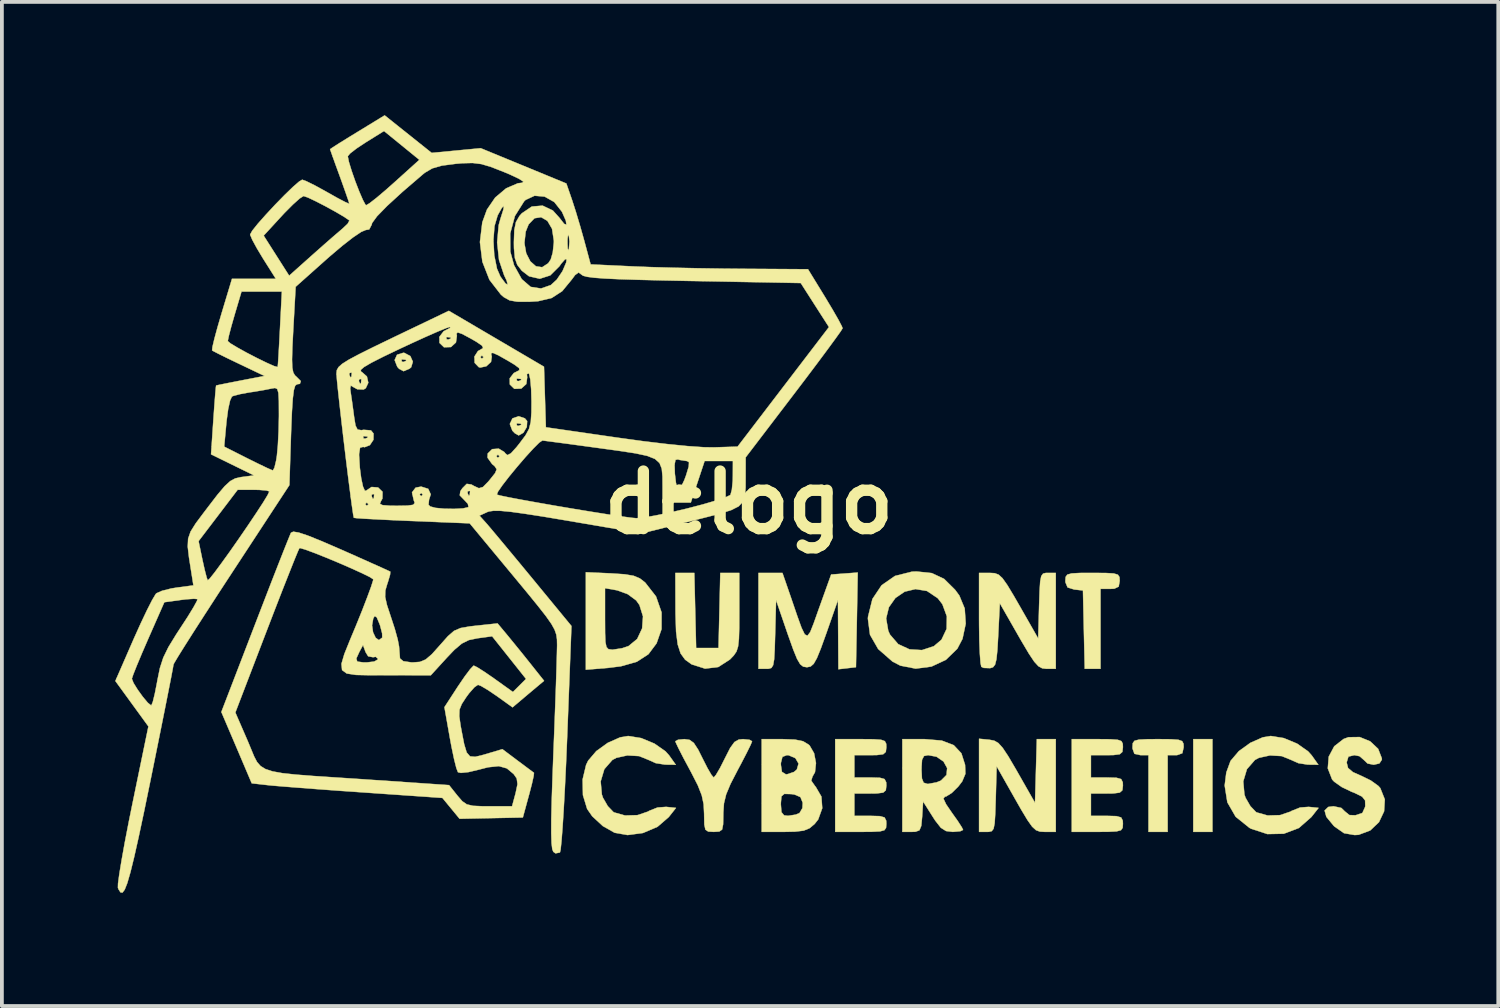
<source format=kicad_pcb>
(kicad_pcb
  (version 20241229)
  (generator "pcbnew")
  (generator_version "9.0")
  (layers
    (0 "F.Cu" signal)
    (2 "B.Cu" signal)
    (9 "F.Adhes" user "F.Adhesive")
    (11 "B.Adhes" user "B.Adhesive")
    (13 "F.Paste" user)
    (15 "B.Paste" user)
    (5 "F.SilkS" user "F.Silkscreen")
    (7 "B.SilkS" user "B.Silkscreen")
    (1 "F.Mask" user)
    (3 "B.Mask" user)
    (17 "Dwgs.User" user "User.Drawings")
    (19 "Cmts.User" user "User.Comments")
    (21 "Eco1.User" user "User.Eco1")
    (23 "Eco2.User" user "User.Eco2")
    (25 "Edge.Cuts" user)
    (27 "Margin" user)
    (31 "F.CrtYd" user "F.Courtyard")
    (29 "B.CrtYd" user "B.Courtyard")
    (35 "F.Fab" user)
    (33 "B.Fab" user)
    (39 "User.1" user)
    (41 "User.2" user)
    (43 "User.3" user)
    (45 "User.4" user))
  (footprint "dclogo"
    (layer "F.Cu")
    (at 16.783 10.26)
    (property "Reference" "dclogo" (at 0 0 0) (layer "F.SilkS") (effects (font (size 1.524 1.524) (thickness 0.3))))
    (attr through_hole)
    (fp_poly (pts (xy 12.277 8.721) (xy 11.769 8.721) (xy 11.769 6.265) (xy 12.277 6.265) (xy 12.277 8.721)) (stroke (width 0.01) (type solid)) (fill yes) (layer "F.SilkS"))
    (fp_poly (pts (xy -9.124 -3.964) (xy -8.966 -3.88) (xy -8.899 -3.731) (xy -8.944 -3.583) (xy -8.988 -3.546) (xy -9.144 -3.479) (xy -9.263 -3.542) (xy -9.312 -3.597) (xy -9.381 -3.773) (xy -9.378 -3.782) (xy -9.2 -3.782) (xy -9.189 -3.731) (xy -9.144 -3.725) (xy -9.074 -3.756) (xy -9.088 -3.782) (xy -9.188 -3.792) (xy -9.2 -3.782) (xy -9.378 -3.782) (xy -9.318 -3.915) (xy -9.151 -3.967) (xy -9.124 -3.964)) (stroke (width 0.01) (type solid)) (fill yes) (layer "F.SilkS"))
    (fp_poly (pts (xy -5.932 -2.231) (xy -5.872 -2.158) (xy -5.881 -2.003) (xy -5.972 -1.849) (xy -6.096 -1.778) (xy -6.096 -1.778) (xy -6.197 -1.835) (xy -6.264 -1.904) (xy -6.331 -2.081) (xy -6.328 -2.088) (xy -6.152 -2.088) (xy -6.141 -2.038) (xy -6.096 -2.032) (xy -6.026 -2.063) (xy -6.04 -2.088) (xy -6.14 -2.099) (xy -6.152 -2.088) (xy -6.328 -2.088) (xy -6.262 -2.229) (xy -6.096 -2.286) (xy -5.932 -2.231)) (stroke (width 0.01) (type solid)) (fill yes) (layer "F.SilkS"))
    (fp_poly (pts (xy 11.173 6.268) (xy 11.374 6.282) (xy 11.475 6.318) (xy 11.511 6.388) (xy 11.515 6.477) (xy 11.48 6.638) (xy 11.342 6.688) (xy 11.303 6.689) (xy 11.091 6.689) (xy 11.091 8.721) (xy 10.583 8.721) (xy 10.583 6.689) (xy 10.372 6.689) (xy 10.211 6.654) (xy 10.161 6.516) (xy 10.16 6.477) (xy 10.167 6.372) (xy 10.212 6.309) (xy 10.329 6.278) (xy 10.552 6.267) (xy 10.837 6.265) (xy 11.173 6.268)) (stroke (width 0.01) (type solid)) (fill yes) (layer "F.SilkS"))
    (fp_poly (pts (xy 9.45 1.865) (xy 9.663 1.877) (xy 9.773 1.91) (xy 9.815 1.973) (xy 9.821 2.074) (xy 9.794 2.226) (xy 9.678 2.281) (xy 9.567 2.286) (xy 9.313 2.286) (xy 9.313 4.403) (xy 8.895 4.403) (xy 8.871 3.365) (xy 8.848 2.328) (xy 8.615 2.302) (xy 8.44 2.247) (xy 8.383 2.109) (xy 8.382 2.069) (xy 8.389 1.969) (xy 8.433 1.908) (xy 8.548 1.876) (xy 8.766 1.864) (xy 9.102 1.863) (xy 9.45 1.865)) (stroke (width 0.01) (type solid)) (fill yes) (layer "F.SilkS"))
    (fp_poly (pts (xy -1.421 2.857) (xy -1.397 3.852) (xy -0.804 3.852) (xy -0.78 2.857) (xy -0.757 1.863) (xy -0.254 1.863) (xy -0.254 2.885) (xy -0.255 3.316) (xy -0.264 3.613) (xy -0.286 3.811) (xy -0.328 3.944) (xy -0.399 4.048) (xy -0.501 4.155) (xy -0.81 4.355) (xy -1.16 4.398) (xy -1.515 4.285) (xy -1.688 4.161) (xy -1.808 3.996) (xy -1.885 3.758) (xy -1.928 3.419) (xy -1.943 2.948) (xy -1.944 2.815) (xy -1.947 1.863) (xy -1.445 1.863) (xy -1.421 2.857)) (stroke (width 0.01) (type solid)) (fill yes) (layer "F.SilkS"))
    (fp_poly (pts (xy 6.369 6.281) (xy 6.496 6.305) (xy 6.606 6.368) (xy 6.721 6.495) (xy 6.866 6.713) (xy 7.063 7.048) (xy 7.11 7.13) (xy 7.578 7.952) (xy 7.602 7.109) (xy 7.626 6.265) (xy 8.128 6.265) (xy 8.128 8.721) (xy 7.836 8.721) (xy 7.708 8.714) (xy 7.604 8.676) (xy 7.502 8.583) (xy 7.379 8.41) (xy 7.212 8.132) (xy 7.053 7.853) (xy 6.562 6.985) (xy 6.538 7.853) (xy 6.525 8.243) (xy 6.509 8.494) (xy 6.481 8.637) (xy 6.432 8.702) (xy 6.356 8.72) (xy 6.305 8.721) (xy 6.096 8.721) (xy 6.096 6.255) (xy 6.369 6.281)) (stroke (width 0.01) (type solid)) (fill yes) (layer "F.SilkS"))
    (fp_poly (pts (xy 3.299 6.268) (xy 3.5 6.282) (xy 3.601 6.318) (xy 3.637 6.388) (xy 3.641 6.477) (xy 3.627 6.603) (xy 3.557 6.665) (xy 3.387 6.687) (xy 3.217 6.689) (xy 2.794 6.689) (xy 2.794 7.281) (xy 3.217 7.281) (xy 3.469 7.288) (xy 3.594 7.323) (xy 3.637 7.408) (xy 3.641 7.493) (xy 3.627 7.619) (xy 3.557 7.681) (xy 3.387 7.703) (xy 3.217 7.705) (xy 2.794 7.705) (xy 2.794 8.297) (xy 3.217 8.297) (xy 3.469 8.304) (xy 3.594 8.339) (xy 3.637 8.424) (xy 3.641 8.509) (xy 3.633 8.614) (xy 3.589 8.677) (xy 3.472 8.708) (xy 3.249 8.719) (xy 2.963 8.721) (xy 2.286 8.721) (xy 2.286 6.265) (xy 2.963 6.265) (xy 3.299 6.268)) (stroke (width 0.01) (type solid)) (fill yes) (layer "F.SilkS"))
    (fp_poly (pts (xy 9.565 6.268) (xy 9.766 6.282) (xy 9.867 6.318) (xy 9.902 6.388) (xy 9.906 6.477) (xy 9.892 6.603) (xy 9.822 6.665) (xy 9.653 6.687) (xy 9.483 6.689) (xy 9.059 6.689) (xy 9.059 7.281) (xy 9.483 7.281) (xy 9.734 7.288) (xy 9.859 7.323) (xy 9.902 7.408) (xy 9.906 7.493) (xy 9.892 7.619) (xy 9.822 7.681) (xy 9.653 7.703) (xy 9.483 7.705) (xy 9.059 7.705) (xy 9.059 8.297) (xy 9.483 8.297) (xy 9.734 8.304) (xy 9.859 8.339) (xy 9.902 8.424) (xy 9.906 8.509) (xy 9.899 8.614) (xy 9.854 8.677) (xy 9.737 8.708) (xy 9.514 8.719) (xy 9.229 8.721) (xy 8.551 8.721) (xy 8.551 6.265) (xy 9.229 6.265) (xy 9.565 6.268)) (stroke (width 0.01) (type solid)) (fill yes) (layer "F.SilkS"))
    (fp_poly (pts (xy -3.647 1.875) (xy -3.289 1.899) (xy -3.052 1.939) (xy -2.886 2.009) (xy -2.747 2.117) (xy -2.459 2.486) (xy -2.312 2.909) (xy -2.313 3.351) (xy -2.444 3.727) (xy -2.661 4.017) (xy -2.968 4.216) (xy -3.39 4.336) (xy -3.72 4.377) (xy -4.318 4.427) (xy -4.318 3.081) (xy -3.81 3.081) (xy -3.808 3.456) (xy -3.799 3.694) (xy -3.772 3.825) (xy -3.721 3.881) (xy -3.638 3.894) (xy -3.602 3.895) (xy -3.359 3.858) (xy -3.188 3.801) (xy -2.958 3.612) (xy -2.827 3.332) (xy -2.804 3.015) (xy -2.898 2.713) (xy -2.985 2.591) (xy -3.21 2.425) (xy -3.488 2.324) (xy -3.493 2.323) (xy -3.81 2.267) (xy -3.81 3.081) (xy -4.318 3.081) (xy -4.318 1.845) (xy -3.647 1.875)) (stroke (width 0.01) (type solid)) (fill yes) (layer "F.SilkS"))
    (fp_poly (pts (xy 6.51 1.87) (xy 6.614 1.909) (xy 6.717 2.004) (xy 6.842 2.18) (xy 7.012 2.462) (xy 7.167 2.731) (xy 7.662 3.598) (xy 7.686 2.731) (xy 7.699 2.341) (xy 7.715 2.089) (xy 7.743 1.947) (xy 7.792 1.881) (xy 7.868 1.863) (xy 7.919 1.863) (xy 8.128 1.863) (xy 8.128 4.403) (xy 7.883 4.403) (xy 7.771 4.39) (xy 7.669 4.335) (xy 7.558 4.214) (xy 7.416 4.001) (xy 7.221 3.672) (xy 7.142 3.535) (xy 6.646 2.667) (xy 6.604 3.514) (xy 6.582 3.901) (xy 6.556 4.15) (xy 6.52 4.293) (xy 6.466 4.361) (xy 6.389 4.385) (xy 6.221 4.379) (xy 6.156 4.35) (xy 6.135 4.248) (xy 6.117 4.008) (xy 6.103 3.664) (xy 6.097 3.245) (xy 6.096 3.076) (xy 6.096 1.863) (xy 6.383 1.863) (xy 6.51 1.87)) (stroke (width 0.01) (type solid)) (fill yes) (layer "F.SilkS"))
    (fp_poly (pts (xy -2.853 6.237) (xy -2.499 6.384) (xy -2.207 6.589) (xy -2.11 6.698) (xy -1.936 6.943) (xy -2.217 6.94) (xy -2.466 6.901) (xy -2.662 6.813) (xy -2.907 6.714) (xy -3.217 6.696) (xy -3.51 6.76) (xy -3.615 6.816) (xy -3.828 7.06) (xy -3.925 7.384) (xy -3.894 7.731) (xy -3.864 7.818) (xy -3.737 8.039) (xy -3.589 8.194) (xy -3.569 8.206) (xy -3.281 8.287) (xy -2.951 8.278) (xy -2.67 8.183) (xy -2.643 8.165) (xy -2.42 8.076) (xy -2.192 8.059) (xy -1.93 8.086) (xy -2.122 8.329) (xy -2.421 8.587) (xy -2.805 8.751) (xy -3.215 8.805) (xy -3.556 8.744) (xy -3.87 8.566) (xy -4.15 8.306) (xy -4.284 8.112) (xy -4.395 7.747) (xy -4.403 7.332) (xy -4.311 6.947) (xy -4.257 6.836) (xy -4.041 6.582) (xy -3.737 6.363) (xy -3.41 6.218) (xy -3.198 6.182) (xy -2.853 6.237)) (stroke (width 0.01) (type solid)) (fill yes) (layer "F.SilkS"))
    (fp_poly (pts (xy 2.86 3.107) (xy 2.836 4.36) (xy 2.603 4.387) (xy 2.371 4.414) (xy 2.359 2.582) (xy 2.048 3.471) (xy 1.907 3.862) (xy 1.802 4.119) (xy 1.717 4.27) (xy 1.636 4.341) (xy 1.544 4.36) (xy 1.533 4.36) (xy 1.439 4.345) (xy 1.359 4.281) (xy 1.276 4.14) (xy 1.176 3.895) (xy 1.042 3.519) (xy 1.025 3.471) (xy 0.72 2.582) (xy 0.696 3.493) (xy 0.684 3.894) (xy 0.669 4.155) (xy 0.642 4.307) (xy 0.597 4.379) (xy 0.526 4.401) (xy 0.463 4.403) (xy 0.254 4.403) (xy 0.254 1.863) (xy 0.572 1.863) (xy 0.889 1.863) (xy 1.116 2.519) (xy 1.278 2.993) (xy 1.394 3.315) (xy 1.48 3.491) (xy 1.551 3.527) (xy 1.625 3.429) (xy 1.715 3.202) (xy 1.839 2.853) (xy 1.86 2.794) (xy 2.179 1.905) (xy 2.531 1.879) (xy 2.883 1.853) (xy 2.86 3.107)) (stroke (width 0.01) (type solid)) (fill yes) (layer "F.SilkS"))
    (fp_poly (pts (xy 4.844 1.868) (xy 5.17 2.021) (xy 5.46 2.308) (xy 5.574 2.463) (xy 5.716 2.805) (xy 5.743 3.207) (xy 5.658 3.608) (xy 5.52 3.871) (xy 5.217 4.165) (xy 4.835 4.343) (xy 4.418 4.398) (xy 4.013 4.319) (xy 3.803 4.21) (xy 3.424 3.878) (xy 3.208 3.501) (xy 3.152 3.075) (xy 3.152 3.068) (xy 3.635 3.068) (xy 3.692 3.398) (xy 3.738 3.498) (xy 3.955 3.749) (xy 4.254 3.887) (xy 4.584 3.907) (xy 4.898 3.804) (xy 5.101 3.632) (xy 5.237 3.345) (xy 5.243 3.013) (xy 5.125 2.692) (xy 5.002 2.533) (xy 4.715 2.341) (xy 4.413 2.291) (xy 4.125 2.36) (xy 3.881 2.527) (xy 3.708 2.771) (xy 3.635 3.068) (xy 3.152 3.068) (xy 3.156 3.021) (xy 3.272 2.553) (xy 3.516 2.189) (xy 3.87 1.943) (xy 4.319 1.83) (xy 4.439 1.825) (xy 4.844 1.868)) (stroke (width 0.01) (type solid)) (fill yes) (layer "F.SilkS"))
    (fp_poly (pts (xy 14.165 6.237) (xy 14.519 6.384) (xy 14.811 6.589) (xy 14.908 6.698) (xy 15.082 6.943) (xy 14.801 6.94) (xy 14.552 6.901) (xy 14.356 6.813) (xy 14.111 6.714) (xy 13.801 6.696) (xy 13.508 6.76) (xy 13.403 6.816) (xy 13.19 7.06) (xy 13.093 7.384) (xy 13.124 7.731) (xy 13.154 7.818) (xy 13.281 8.039) (xy 13.429 8.194) (xy 13.449 8.206) (xy 13.737 8.287) (xy 14.067 8.278) (xy 14.348 8.183) (xy 14.375 8.165) (xy 14.598 8.076) (xy 14.826 8.059) (xy 15.088 8.086) (xy 14.896 8.329) (xy 14.567 8.618) (xy 14.167 8.77) (xy 13.733 8.779) (xy 13.301 8.638) (xy 13.255 8.613) (xy 12.892 8.321) (xy 12.672 7.939) (xy 12.601 7.493) (xy 12.644 7.149) (xy 12.754 6.848) (xy 12.761 6.836) (xy 12.977 6.582) (xy 13.281 6.363) (xy 13.608 6.218) (xy 13.82 6.182) (xy 14.165 6.237)) (stroke (width 0.01) (type solid)) (fill yes) (layer "F.SilkS"))
    (fp_poly (pts (xy 0.018 6.283) (xy 0.085 6.322) (xy 0.047 6.416) (xy -0.055 6.623) (xy -0.202 6.907) (xy -0.296 7.083) (xy -0.486 7.451) (xy -0.602 7.728) (xy -0.66 7.966) (xy -0.677 8.218) (xy -0.677 8.254) (xy -0.682 8.521) (xy -0.709 8.66) (xy -0.784 8.712) (xy -0.927 8.721) (xy -0.931 8.721) (xy -1.076 8.713) (xy -1.151 8.663) (xy -1.18 8.529) (xy -1.185 8.269) (xy -1.185 8.247) (xy -1.198 7.988) (xy -1.248 7.753) (xy -1.352 7.489) (xy -1.528 7.145) (xy -1.566 7.074) (xy -1.732 6.765) (xy -1.861 6.513) (xy -1.936 6.355) (xy -1.947 6.32) (xy -1.874 6.281) (xy -1.709 6.265) (xy -1.57 6.285) (xy -1.459 6.365) (xy -1.344 6.541) (xy -1.228 6.773) (xy -1.097 7.031) (xy -0.991 7.213) (xy -0.931 7.281) (xy -0.871 7.211) (xy -0.763 7.027) (xy -0.635 6.773) (xy -0.494 6.496) (xy -0.382 6.342) (xy -0.268 6.277) (xy -0.154 6.265) (xy 0.018 6.283)) (stroke (width 0.01) (type solid)) (fill yes) (layer "F.SilkS"))
    (fp_poly (pts (xy 5.107 6.303) (xy 5.426 6.425) (xy 5.628 6.64) (xy 5.726 6.947) (xy 5.734 7.184) (xy 5.65 7.384) (xy 5.547 7.519) (xy 5.375 7.689) (xy 5.225 7.783) (xy 5.192 7.789) (xy 5.152 7.838) (xy 5.223 7.989) (xy 5.369 8.203) (xy 5.53 8.43) (xy 5.64 8.6) (xy 5.673 8.669) (xy 5.599 8.704) (xy 5.418 8.72) (xy 5.397 8.721) (xy 5.222 8.699) (xy 5.084 8.612) (xy 4.936 8.423) (xy 4.868 8.318) (xy 4.614 7.916) (xy 4.589 8.319) (xy 4.566 8.561) (xy 4.517 8.679) (xy 4.413 8.718) (xy 4.313 8.721) (xy 4.064 8.721) (xy 4.064 7.07) (xy 4.572 7.07) (xy 4.583 7.307) (xy 4.628 7.419) (xy 4.728 7.45) (xy 4.747 7.451) (xy 4.97 7.41) (xy 5.086 7.363) (xy 5.234 7.214) (xy 5.251 7.032) (xy 5.155 6.858) (xy 4.968 6.73) (xy 4.747 6.689) (xy 4.638 6.712) (xy 4.586 6.811) (xy 4.572 7.029) (xy 4.572 7.07) (xy 4.064 7.07) (xy 4.064 6.265) (xy 4.652 6.265) (xy 5.107 6.303)) (stroke (width 0.01) (type solid)) (fill yes) (layer "F.SilkS"))
    (fp_poly (pts (xy 16.454 6.323) (xy 16.665 6.521) (xy 16.762 6.771) (xy 16.764 6.81) (xy 16.698 6.909) (xy 16.548 6.943) (xy 16.386 6.911) (xy 16.287 6.816) (xy 16.173 6.717) (xy 16.035 6.689) (xy 15.878 6.728) (xy 15.833 6.876) (xy 15.833 6.889) (xy 15.868 7.029) (xy 15.998 7.139) (xy 16.214 7.235) (xy 16.471 7.36) (xy 16.672 7.505) (xy 16.722 7.561) (xy 16.842 7.862) (xy 16.823 8.177) (xy 16.687 8.464) (xy 16.455 8.684) (xy 16.15 8.798) (xy 16.044 8.805) (xy 15.762 8.756) (xy 15.515 8.584) (xy 15.487 8.558) (xy 15.294 8.323) (xy 15.247 8.155) (xy 15.345 8.061) (xy 15.485 8.043) (xy 15.69 8.087) (xy 15.781 8.176) (xy 15.904 8.276) (xy 16.065 8.282) (xy 16.248 8.22) (xy 16.32 8.061) (xy 16.324 8.031) (xy 16.32 7.888) (xy 16.241 7.788) (xy 16.049 7.693) (xy 15.96 7.658) (xy 15.702 7.534) (xy 15.501 7.392) (xy 15.447 7.334) (xy 15.332 7.039) (xy 15.357 6.729) (xy 15.503 6.454) (xy 15.752 6.26) (xy 15.879 6.214) (xy 16.176 6.21) (xy 16.454 6.323)) (stroke (width 0.01) (type solid)) (fill yes) (layer "F.SilkS"))
    (fp_poly (pts (xy 1.221 6.277) (xy 1.435 6.321) (xy 1.581 6.409) (xy 1.609 6.435) (xy 1.727 6.638) (xy 1.777 6.898) (xy 1.751 7.14) (xy 1.685 7.256) (xy 1.652 7.365) (xy 1.758 7.516) (xy 1.77 7.527) (xy 1.921 7.787) (xy 1.943 8.095) (xy 1.836 8.392) (xy 1.74 8.513) (xy 1.606 8.625) (xy 1.451 8.688) (xy 1.225 8.715) (xy 0.935 8.721) (xy 0.339 8.721) (xy 0.339 7.996) (xy 0.847 7.996) (xy 0.863 8.199) (xy 0.932 8.283) (xy 1.037 8.296) (xy 1.242 8.264) (xy 1.341 8.223) (xy 1.418 8.092) (xy 1.426 7.949) (xy 1.365 7.799) (xy 1.205 7.731) (xy 1.122 7.72) (xy 0.939 7.715) (xy 0.863 7.779) (xy 0.847 7.958) (xy 0.847 7.996) (xy 0.339 7.996) (xy 0.339 6.943) (xy 0.847 6.943) (xy 0.875 7.131) (xy 0.976 7.195) (xy 1.006 7.197) (xy 1.193 7.135) (xy 1.27 7.07) (xy 1.316 6.912) (xy 1.232 6.769) (xy 1.054 6.692) (xy 1.006 6.689) (xy 0.888 6.734) (xy 0.848 6.895) (xy 0.847 6.943) (xy 0.339 6.943) (xy 0.339 6.265) (xy 0.889 6.265) (xy 1.221 6.277)) (stroke (width 0.01) (type solid)) (fill yes) (layer "F.SilkS"))
    (fp_poly (pts (xy -11.922 0.794) (xy -11.684 0.873) (xy -11.331 1.015) (xy -10.845 1.225) (xy -10.794 1.247) (xy -10.368 1.436) (xy -9.999 1.601) (xy -9.713 1.729) (xy -9.539 1.809) (xy -9.496 1.829) (xy -9.503 1.913) (xy -9.557 2.096) (xy -9.576 2.151) (xy -9.628 2.329) (xy -9.633 2.498) (xy -9.585 2.713) (xy -9.482 3.025) (xy -9.378 3.343) (xy -9.3 3.625) (xy -9.265 3.81) (xy -9.249 4.017) (xy -9.24 4.128) (xy -9.153 4.201) (xy -8.935 4.233) (xy -8.9 4.233) (xy -8.712 4.219) (xy -8.56 4.156) (xy -8.396 4.016) (xy -8.183 3.778) (xy -7.971 3.539) (xy -7.808 3.397) (xy -7.633 3.322) (xy -7.387 3.279) (xy -7.225 3.261) (xy -6.656 3.2) (xy -6.419 3.484) (xy -6.241 3.701) (xy -6.01 3.985) (xy -5.803 4.244) (xy -5.424 4.72) (xy -5.842 5.071) (xy -6.259 5.423) (xy -6.674 5.125) (xy -6.909 4.966) (xy -7.093 4.857) (xy -7.174 4.826) (xy -7.268 4.89) (xy -7.411 5.052) (xy -7.486 5.154) (xy -7.605 5.337) (xy -7.664 5.485) (xy -7.67 5.658) (xy -7.633 5.916) (xy -7.61 6.039) (xy -7.54 6.399) (xy -7.474 6.618) (xy -7.385 6.721) (xy -7.247 6.733) (xy -7.033 6.681) (xy -6.959 6.659) (xy -6.528 6.531) (xy -6.122 6.836) (xy -5.902 7) (xy -5.745 7.117) (xy -5.691 7.157) (xy -5.7 7.241) (xy -5.745 7.444) (xy -5.818 7.726) (xy -5.827 7.757) (xy -5.986 8.34) (xy -6.824 8.357) (xy -7.662 8.374) (xy -7.889 8.098) (xy -8.116 7.822) (xy -10.217 7.676) (xy -10.823 7.634) (xy -11.396 7.592) (xy -11.906 7.553) (xy -12.326 7.52) (xy -12.625 7.495) (xy -12.742 7.483) (xy -13.166 7.435) (xy -13.568 6.49) (xy -13.965 5.56) (xy -13.6 5.56) (xy -13.267 6.327) (xy -13.175 6.549) (xy -13.101 6.727) (xy -13.027 6.868) (xy -12.934 6.976) (xy -12.803 7.057) (xy -12.616 7.119) (xy -12.355 7.166) (xy -12.001 7.204) (xy -11.536 7.241) (xy -10.94 7.28) (xy -10.195 7.329) (xy -10.13 7.334) (xy -7.94 7.483) (xy -7.717 7.763) (xy -7.591 7.909) (xy -7.472 7.992) (xy -7.307 8.031) (xy -7.048 8.043) (xy -6.882 8.043) (xy -6.272 8.043) (xy -6.178 7.696) (xy -6.128 7.457) (xy -6.148 7.306) (xy -6.229 7.19) (xy -6.41 7.039) (xy -6.621 6.98) (xy -6.907 7.01) (xy -7.157 7.074) (xy -7.425 7.138) (xy -7.626 7.159) (xy -7.704 7.142) (xy -7.747 7.032) (xy -7.807 6.795) (xy -7.875 6.47) (xy -7.917 6.244) (xy -8.063 5.419) (xy -7.705 4.868) (xy -7.528 4.608) (xy -7.382 4.414) (xy -7.294 4.321) (xy -7.285 4.318) (xy -7.191 4.364) (xy -7 4.485) (xy -6.753 4.655) (xy -6.737 4.667) (xy -6.249 5.016) (xy -6.075 4.843) (xy -5.902 4.67) (xy -6.351 4.105) (xy -6.8 3.541) (xy -7.189 3.594) (xy -7.415 3.641) (xy -7.602 3.733) (xy -7.8 3.9) (xy -8.001 4.111) (xy -8.424 4.574) (xy -9.483 4.572) (xy -10.02 4.573) (xy -10.404 4.565) (xy -10.65 4.527) (xy -10.774 4.436) (xy -10.79 4.271) (xy -10.749 4.131) (xy -10.397 4.131) (xy -10.371 4.211) (xy -10.21 4.233) (xy -10.118 4.233) (xy -9.922 4.21) (xy -9.824 4.152) (xy -9.821 4.14) (xy -9.883 4.084) (xy -9.952 4.096) (xy -10.083 4.071) (xy -10.151 3.96) (xy -10.219 3.774) (xy -10.317 3.956) (xy -10.397 4.131) (xy -10.749 4.131) (xy -10.714 4.012) (xy -10.562 3.635) (xy -10.412 3.276) (xy -10.402 3.252) (xy -9.98 3.252) (xy -9.953 3.436) (xy -9.885 3.58) (xy -9.798 3.642) (xy -9.711 3.577) (xy -9.71 3.577) (xy -9.713 3.463) (xy -9.765 3.262) (xy -9.781 3.217) (xy -9.856 3.038) (xy -9.909 3.005) (xy -9.948 3.069) (xy -9.98 3.252) (xy -10.402 3.252) (xy -10.243 2.859) (xy -10.104 2.498) (xy -10.003 2.223) (xy -9.952 2.061) (xy -9.949 2.031) (xy -10.039 1.972) (xy -10.246 1.87) (xy -10.532 1.74) (xy -10.863 1.596) (xy -11.199 1.456) (xy -11.506 1.334) (xy -11.747 1.245) (xy -11.885 1.205) (xy -11.903 1.206) (xy -11.944 1.294) (xy -12.037 1.52) (xy -12.173 1.862) (xy -12.346 2.299) (xy -12.545 2.811) (xy -12.763 3.377) (xy -12.774 3.406) (xy -13.6 5.56) (xy -13.965 5.56) (xy -13.971 5.546) (xy -13.079 3.228) (xy -12.85 2.634) (xy -12.639 2.088) (xy -12.453 1.613) (xy -12.301 1.227) (xy -12.191 0.953) (xy -12.132 0.81) (xy -12.126 0.798) (xy -12.064 0.771) (xy -11.922 0.794)) (stroke (width 0.01) (type solid)) (fill yes) (layer "F.SilkS"))
    (fp_poly (pts (xy -8.401 -9.261) (xy -7.751 -9.323) (xy -7.102 -9.385) (xy -5.968 -8.918) (xy -4.834 -8.451) (xy -4.683 -8.014) (xy -4.583 -7.704) (xy -4.467 -7.316) (xy -4.362 -6.943) (xy -4.191 -6.308) (xy -3.048 -6.254) (xy -2.584 -6.236) (xy -2.004 -6.22) (xy -1.359 -6.206) (xy -0.703 -6.196) (xy -0.169 -6.191) (xy 1.566 -6.18) (xy 2.027 -5.428) (xy 2.217 -5.111) (xy 2.368 -4.848) (xy 2.461 -4.671) (xy 2.482 -4.616) (xy 2.431 -4.534) (xy 2.291 -4.338) (xy 2.076 -4.045) (xy 1.8 -3.674) (xy 1.476 -3.244) (xy 1.196 -2.876) (xy -0.085 -1.197) (xy -0.086 -0.705) (xy -0.087 -0.404) (xy -0.103 -0.183) (xy -0.157 -0.021) (xy -0.272 0.101) (xy -0.469 0.2) (xy -0.773 0.296) (xy -1.204 0.407) (xy -1.51 0.484) (xy -2.836 0.815) (xy -4.775 0.484) (xy -5.423 0.375) (xy -5.926 0.297) (xy -6.302 0.245) (xy -6.574 0.219) (xy -6.761 0.217) (xy -6.884 0.235) (xy -6.924 0.249) (xy -7.135 0.346) (xy -6.966 0.533) (xy -6.861 0.655) (xy -6.668 0.885) (xy -6.407 1.198) (xy -6.099 1.569) (xy -5.763 1.976) (xy -5.748 1.994) (xy -4.699 3.269) (xy -4.813 6.228) (xy -4.842 6.92) (xy -4.873 7.56) (xy -4.904 8.127) (xy -4.934 8.601) (xy -4.962 8.962) (xy -4.986 9.191) (xy -5.004 9.267) (xy -5.12 9.29) (xy -5.179 9.249) (xy -5.207 9.177) (xy -5.226 9.018) (xy -5.234 8.759) (xy -5.233 8.384) (xy -5.221 7.88) (xy -5.199 7.231) (xy -5.178 6.67) (xy -5.152 6.016) (xy -5.129 5.397) (xy -5.109 4.838) (xy -5.094 4.366) (xy -5.084 4.007) (xy -5.079 3.787) (xy -5.079 3.766) (xy -5.082 3.622) (xy -5.1 3.496) (xy -5.145 3.366) (xy -5.232 3.21) (xy -5.374 3.008) (xy -5.585 2.739) (xy -5.877 2.38) (xy -6.237 1.945) (xy -7.394 0.55) (xy -8.917 0.488) (xy -9.406 0.467) (xy -9.832 0.446) (xy -10.168 0.428) (xy -10.387 0.413) (xy -10.462 0.403) (xy -10.48 0.315) (xy -10.513 0.087) (xy -10.519 0.042) (xy -10.16 0.042) (xy -10.118 0.085) (xy -10.075 0.042) (xy -10.118 0) (xy -10.16 0.042) (xy -10.519 0.042) (xy -10.548 -0.169) (xy -9.991 -0.169) (xy -9.96 -0.1) (xy -9.934 -0.113) (xy -9.924 -0.213) (xy -9.934 -0.226) (xy -9.985 -0.214) (xy -9.991 -0.169) (xy -10.548 -0.169) (xy -10.558 -0.251) (xy -10.612 -0.669) (xy -10.67 -1.139) (xy -10.729 -1.632) (xy -10.743 -1.75) (xy -10.216 -1.75) (xy -10.205 -1.699) (xy -10.16 -1.693) (xy -10.09 -1.724) (xy -10.104 -1.75) (xy -10.204 -1.76) (xy -10.216 -1.75) (xy -10.743 -1.75) (xy -10.786 -2.118) (xy -10.837 -2.568) (xy -10.879 -2.953) (xy -10.887 -3.026) (xy -10.559 -3.026) (xy -10.544 -2.91) (xy -10.509 -2.671) (xy -10.468 -2.37) (xy -10.456 -2.277) (xy -10.418 -2.041) (xy -10.364 -1.934) (xy -10.264 -1.917) (xy -10.2 -1.927) (xy -10.008 -1.912) (xy -9.94 -1.829) (xy -9.943 -1.663) (xy -10.038 -1.521) (xy -10.177 -1.466) (xy -10.216 -1.475) (xy -10.297 -1.454) (xy -10.323 -1.291) (xy -10.323 -1.246) (xy -10.304 -0.929) (xy -10.267 -0.643) (xy -10.22 -0.425) (xy -10.169 -0.311) (xy -10.133 -0.318) (xy -9.992 -0.413) (xy -9.82 -0.4) (xy -9.702 -0.286) (xy -9.705 -0.107) (xy -9.746 -0.032) (xy -9.772 0.033) (xy -9.7 0.068) (xy -9.502 0.083) (xy -9.321 0.085) (xy -9.037 0.08) (xy -8.891 0.059) (xy -8.85 0.01) (xy -8.876 -0.064) (xy -8.909 -0.212) (xy -8.721 -0.212) (xy -8.678 -0.169) (xy -8.636 -0.212) (xy -8.678 -0.254) (xy -8.721 -0.212) (xy -8.909 -0.212) (xy -8.922 -0.269) (xy -8.826 -0.395) (xy -8.68 -0.423) (xy -8.492 -0.364) (xy -8.425 -0.218) (xy -8.47 -0.079) (xy -8.484 0.057) (xy -8.441 0.102) (xy -8.302 0.14) (xy -8.068 0.162) (xy -7.804 0.167) (xy -7.571 0.154) (xy -7.434 0.123) (xy -7.426 0.116) (xy -7.443 0.032) (xy -7.543 -0.074) (xy -7.657 -0.192) (xy -7.648 -0.254) (xy -7.451 -0.254) (xy -7.42 -0.184) (xy -7.394 -0.198) (xy -7.393 -0.212) (xy -6.675 -0.212) (xy -6.582 -0.185) (xy -6.35 -0.137) (xy -6.011 -0.073) (xy -5.594 0.002) (xy -5.127 0.084) (xy -4.642 0.166) (xy -4.167 0.244) (xy -3.733 0.313) (xy -3.369 0.367) (xy -3.104 0.403) (xy -2.982 0.414) (xy -2.796 0.398) (xy -2.487 0.345) (xy -2.097 0.265) (xy -1.668 0.165) (xy -1.628 0.155) (xy -1.221 0.049) (xy -0.874 -0.053) (xy -0.621 -0.138) (xy -0.495 -0.198) (xy -0.488 -0.205) (xy -0.451 -0.339) (xy -0.428 -0.574) (xy -0.425 -0.699) (xy -0.423 -1.101) (xy -1.172 -1.101) (xy -1.538 0) (xy -2.286 0) (xy -2.286 -0.418) (xy -2.288 -0.692) (xy -2.307 -0.897) (xy -2.35 -1.006) (xy -1.968 -1.006) (xy -1.96 -0.763) (xy -1.931 -0.521) (xy -1.889 -0.367) (xy -1.862 -0.339) (xy -1.798 -0.411) (xy -1.71 -0.596) (xy -1.664 -0.72) (xy -1.593 -0.954) (xy -1.586 -1.068) (xy -1.642 -1.101) (xy -1.649 -1.101) (xy -1.836 -1.13) (xy -1.877 -1.144) (xy -1.943 -1.131) (xy -1.968 -1.006) (xy -2.35 -1.006) (xy -2.366 -1.047) (xy -2.487 -1.156) (xy -2.692 -1.237) (xy -3.003 -1.304) (xy -3.441 -1.371) (xy -3.907 -1.435) (xy -4.391 -1.501) (xy -4.818 -1.559) (xy -5.16 -1.604) (xy -5.388 -1.634) (xy -5.469 -1.644) (xy -5.553 -1.587) (xy -5.709 -1.431) (xy -5.912 -1.209) (xy -6.134 -0.951) (xy -6.348 -0.691) (xy -6.527 -0.46) (xy -6.645 -0.289) (xy -6.675 -0.212) (xy -7.393 -0.212) (xy -7.384 -0.298) (xy -7.394 -0.31) (xy -7.445 -0.299) (xy -7.451 -0.254) (xy -7.648 -0.254) (xy -7.64 -0.302) (xy -7.587 -0.381) (xy -7.472 -0.496) (xy -7.348 -0.478) (xy -7.277 -0.438) (xy -7.15 -0.38) (xy -7.043 -0.412) (xy -6.903 -0.554) (xy -6.861 -0.604) (xy -6.72 -0.781) (xy -6.679 -0.882) (xy -6.732 -0.963) (xy -6.8 -1.02) (xy -6.92 -1.187) (xy -6.919 -1.228) (xy -6.689 -1.228) (xy -6.646 -1.185) (xy -6.604 -1.228) (xy -6.646 -1.27) (xy -6.689 -1.228) (xy -6.919 -1.228) (xy -6.917 -1.299) (xy -6.799 -1.415) (xy -6.624 -1.428) (xy -6.473 -1.336) (xy -6.454 -1.307) (xy -6.394 -1.257) (xy -6.301 -1.306) (xy -6.151 -1.471) (xy -6.069 -1.575) (xy -5.915 -1.781) (xy -5.823 -1.95) (xy -5.776 -2.135) (xy -5.759 -2.392) (xy -5.757 -2.676) (xy -5.766 -3.004) (xy -5.789 -3.262) (xy -5.822 -3.408) (xy -5.834 -3.424) (xy -5.879 -3.399) (xy -5.871 -3.317) (xy -5.895 -3.139) (xy -6.028 -3.019) (xy -6.209 -3.012) (xy -6.212 -3.013) (xy -6.331 -3.129) (xy -6.333 -3.274) (xy -6.152 -3.274) (xy -6.141 -3.223) (xy -6.096 -3.217) (xy -6.026 -3.248) (xy -6.04 -3.274) (xy -6.14 -3.284) (xy -6.152 -3.274) (xy -6.333 -3.274) (xy -6.333 -3.291) (xy -6.226 -3.43) (xy -6.169 -3.459) (xy -6.078 -3.506) (xy -6.086 -3.562) (xy -6.213 -3.656) (xy -6.374 -3.753) (xy -6.636 -3.901) (xy -6.779 -3.965) (xy -6.829 -3.952) (xy -6.81 -3.867) (xy -6.809 -3.866) (xy -6.829 -3.725) (xy -6.953 -3.61) (xy -7.114 -3.576) (xy -7.153 -3.586) (xy -7.263 -3.701) (xy -7.267 -3.852) (xy -7.112 -3.852) (xy -7.07 -3.81) (xy -7.027 -3.852) (xy -7.07 -3.895) (xy -7.112 -3.852) (xy -7.267 -3.852) (xy -7.268 -3.868) (xy -7.175 -4.013) (xy -7.114 -4.047) (xy -7.039 -4.092) (xy -7.066 -4.155) (xy -7.216 -4.258) (xy -7.36 -4.341) (xy -7.593 -4.466) (xy -7.711 -4.507) (xy -7.743 -4.472) (xy -7.733 -4.418) (xy -7.758 -4.239) (xy -7.891 -4.119) (xy -8.072 -4.113) (xy -8.075 -4.114) (xy -8.194 -4.229) (xy -8.195 -4.374) (xy -8.015 -4.374) (xy -8.003 -4.324) (xy -7.959 -4.318) (xy -7.889 -4.349) (xy -7.902 -4.374) (xy -8.003 -4.385) (xy -8.015 -4.374) (xy -8.195 -4.374) (xy -8.195 -4.391) (xy -8.085 -4.536) (xy -8.022 -4.569) (xy -7.909 -4.628) (xy -7.916 -4.652) (xy -8.018 -4.62) (xy -8.245 -4.527) (xy -8.568 -4.385) (xy -8.96 -4.206) (xy -9.211 -4.089) (xy -9.672 -3.869) (xy -9.993 -3.706) (xy -10.19 -3.591) (xy -10.278 -3.515) (xy -10.272 -3.468) (xy -10.248 -3.456) (xy -10.116 -3.34) (xy -10.079 -3.173) (xy -10.146 -3.029) (xy -10.203 -2.994) (xy -10.37 -3.001) (xy -10.457 -3.049) (xy -10.542 -3.099) (xy -10.559 -3.026) (xy -10.887 -3.026) (xy -10.906 -3.217) (xy -10.329 -3.217) (xy -10.298 -3.148) (xy -10.273 -3.161) (xy -10.263 -3.261) (xy -10.273 -3.274) (xy -10.323 -3.262) (xy -10.329 -3.217) (xy -10.906 -3.217) (xy -10.909 -3.244) (xy -10.92 -3.387) (xy -10.583 -3.387) (xy -10.552 -3.317) (xy -10.527 -3.33) (xy -10.517 -3.431) (xy -10.527 -3.443) (xy -10.577 -3.431) (xy -10.583 -3.387) (xy -10.92 -3.387) (xy -10.922 -3.412) (xy -10.922 -3.427) (xy -10.912 -3.509) (xy -10.867 -3.588) (xy -10.769 -3.675) (xy -10.596 -3.784) (xy -10.33 -3.926) (xy -9.951 -4.115) (xy -9.437 -4.363) (xy -9.434 -4.365) (xy -7.946 -5.078) (xy -6.686 -4.338) (xy -5.426 -3.598) (xy -5.401 -2.796) (xy -5.376 -1.994) (xy -3.471 -1.718) (xy -2.793 -1.625) (xy -2.168 -1.55) (xy -1.625 -1.496) (xy -1.194 -1.466) (xy -0.932 -1.462) (xy -0.299 -1.482) (xy 0.911 -3.065) (xy 2.121 -4.648) (xy 1.747 -5.231) (xy 1.374 -5.814) (xy -1.493 -5.868) (xy -2.291 -5.884) (xy -2.934 -5.9) (xy -3.439 -5.916) (xy -3.822 -5.934) (xy -4.098 -5.955) (xy -4.282 -5.979) (xy -4.391 -6.008) (xy -4.439 -6.042) (xy -4.51 -6.094) (xy -4.603 -6.025) (xy -4.693 -5.904) (xy -4.944 -5.599) (xy -5.223 -5.418) (xy -5.582 -5.333) (xy -5.82 -5.318) (xy -6.133 -5.32) (xy -6.336 -5.355) (xy -6.489 -5.44) (xy -6.569 -5.509) (xy -6.871 -5.9) (xy -7.058 -6.378) (xy -7.123 -6.9) (xy -7.117 -6.947) (xy -6.766 -6.947) (xy -6.743 -6.548) (xy -6.671 -6.193) (xy -6.579 -5.983) (xy -6.446 -5.804) (xy -6.387 -5.77) (xy -6.414 -5.877) (xy -6.482 -6.021) (xy -6.617 -6.423) (xy -6.667 -6.892) (xy -6.646 -7.127) (xy -6.321 -7.127) (xy -6.318 -6.645) (xy -6.22 -6.287) (xy -6.015 -5.917) (xy -5.778 -5.712) (xy -5.504 -5.67) (xy -5.245 -5.76) (xy -5.088 -5.904) (xy -4.936 -6.129) (xy -4.839 -6.357) (xy -4.826 -6.443) (xy -4.866 -6.445) (xy -4.967 -6.331) (xy -5.019 -6.257) (xy -5.26 -6.017) (xy -5.538 -5.928) (xy -5.822 -5.993) (xy -6.014 -6.141) (xy -6.134 -6.296) (xy -6.197 -6.474) (xy -6.221 -6.735) (xy -6.223 -6.871) (xy -5.945 -6.871) (xy -5.897 -6.601) (xy -5.788 -6.389) (xy -5.64 -6.258) (xy -5.475 -6.233) (xy -5.315 -6.337) (xy -5.247 -6.439) (xy -5.194 -6.622) (xy -5.166 -6.879) (xy -5.165 -6.9) (xy -4.805 -6.9) (xy -4.798 -6.726) (xy -4.779 -6.681) (xy -4.768 -6.709) (xy -4.752 -6.912) (xy -4.766 -7.048) (xy -4.788 -7.094) (xy -4.802 -6.993) (xy -4.805 -6.9) (xy -5.165 -6.9) (xy -5.165 -6.937) (xy -5.213 -7.251) (xy -5.336 -7.461) (xy -5.502 -7.558) (xy -5.678 -7.53) (xy -5.833 -7.368) (xy -5.911 -7.174) (xy -5.945 -6.871) (xy -6.223 -6.871) (xy -6.223 -6.9) (xy -6.212 -7.219) (xy -6.169 -7.428) (xy -6.078 -7.587) (xy -6.014 -7.66) (xy -5.748 -7.84) (xy -5.463 -7.864) (xy -5.191 -7.735) (xy -5.019 -7.544) (xy -4.891 -7.381) (xy -4.832 -7.36) (xy -4.848 -7.468) (xy -4.945 -7.689) (xy -4.954 -7.706) (xy -5.153 -7.959) (xy -5.409 -8.103) (xy -5.676 -8.126) (xy -5.913 -8.016) (xy -5.953 -7.977) (xy -6.197 -7.589) (xy -6.321 -7.127) (xy -6.646 -7.127) (xy -6.626 -7.347) (xy -6.58 -7.514) (xy -6.501 -7.763) (xy -6.489 -7.86) (xy -6.543 -7.804) (xy -6.653 -7.607) (xy -6.737 -7.322) (xy -6.766 -6.947) (xy -7.117 -6.947) (xy -7.06 -7.421) (xy -6.937 -7.759) (xy -6.719 -8.078) (xy -6.429 -8.322) (xy -6.118 -8.456) (xy -6.001 -8.47) (xy -5.972 -8.499) (xy -6.089 -8.576) (xy -6.338 -8.693) (xy -6.477 -8.751) (xy -6.826 -8.888) (xy -7.084 -8.965) (xy -7.317 -8.994) (xy -7.588 -8.987) (xy -7.762 -8.972) (xy -8.13 -8.924) (xy -8.385 -8.851) (xy -8.584 -8.734) (xy -8.629 -8.697) (xy -9.174 -8.229) (xy -9.58 -7.857) (xy -9.848 -7.582) (xy -9.978 -7.404) (xy -9.991 -7.356) (xy -10.055 -7.234) (xy -10.146 -7.219) (xy -10.266 -7.169) (xy -10.483 -7.023) (xy -10.769 -6.8) (xy -11.098 -6.521) (xy -11.153 -6.473) (xy -12.003 -5.715) (xy -12.066 -4.579) (xy -12.09 -4.113) (xy -12.099 -3.788) (xy -12.092 -3.574) (xy -12.066 -3.444) (xy -12.021 -3.368) (xy -11.991 -3.342) (xy -11.867 -3.218) (xy -11.89 -3.145) (xy -11.968 -3.133) (xy -12.015 -3.097) (xy -12.051 -2.977) (xy -12.079 -2.753) (xy -12.102 -2.403) (xy -12.122 -1.909) (xy -12.126 -1.797) (xy -12.169 -0.462) (xy -13.704 1.88) (xy -14.072 2.443) (xy -14.408 2.962) (xy -14.702 3.419) (xy -14.942 3.797) (xy -15.118 4.079) (xy -15.219 4.249) (xy -15.239 4.291) (xy -15.255 4.387) (xy -15.301 4.63) (xy -15.374 5.001) (xy -15.469 5.48) (xy -15.583 6.049) (xy -15.712 6.688) (xy -15.845 7.345) (xy -16.016 8.177) (xy -16.16 8.854) (xy -16.28 9.389) (xy -16.379 9.791) (xy -16.461 10.075) (xy -16.53 10.25) (xy -16.589 10.329) (xy -16.642 10.323) (xy -16.693 10.244) (xy -16.71 10.202) (xy -16.707 10.087) (xy -16.672 9.831) (xy -16.61 9.456) (xy -16.526 8.988) (xy -16.422 8.451) (xy -16.331 8.002) (xy -15.903 5.928) (xy -16.34 5.327) (xy -16.778 4.725) (xy -16.752 4.666) (xy -16.341 4.666) (xy -16.296 4.779) (xy -16.187 4.955) (xy -16.05 5.145) (xy -15.92 5.3) (xy -15.834 5.37) (xy -15.824 5.369) (xy -15.786 5.277) (xy -15.733 5.061) (xy -15.675 4.765) (xy -15.665 4.707) (xy -15.598 4.382) (xy -15.509 4.107) (xy -15.373 3.828) (xy -15.167 3.491) (xy -15.063 3.332) (xy -14.863 3.025) (xy -14.709 2.773) (xy -14.618 2.607) (xy -14.603 2.556) (xy -14.699 2.548) (xy -14.907 2.562) (xy -15.059 2.581) (xy -15.481 2.639) (xy -15.911 3.616) (xy -16.074 3.992) (xy -16.209 4.314) (xy -16.302 4.548) (xy -16.34 4.662) (xy -16.341 4.666) (xy -16.752 4.666) (xy -16.292 3.611) (xy -16.109 3.205) (xy -15.941 2.851) (xy -15.803 2.58) (xy -15.71 2.424) (xy -15.691 2.403) (xy -15.543 2.337) (xy -15.297 2.275) (xy -15.143 2.25) (xy -14.711 2.193) (xy -14.764 1.858) (xy -14.828 1.453) (xy -14.861 1.169) (xy -14.854 1.021) (xy -14.574 1.021) (xy -14.474 1.505) (xy -14.413 1.779) (xy -14.36 1.984) (xy -14.332 2.06) (xy -14.278 2.012) (xy -14.149 1.85) (xy -13.965 1.601) (xy -13.743 1.293) (xy -13.504 0.951) (xy -13.266 0.604) (xy -13.048 0.279) (xy -12.868 0.003) (xy -12.746 -0.197) (xy -12.7 -0.294) (xy -12.7 -0.295) (xy -12.776 -0.32) (xy -12.971 -0.336) (xy -13.12 -0.339) (xy -13.539 -0.339) (xy -14.056 0.341) (xy -14.574 1.021) (xy -14.854 1.021) (xy -14.851 0.956) (xy -14.785 0.767) (xy -14.652 0.554) (xy -14.439 0.269) (xy -14.331 0.127) (xy -14.073 -0.209) (xy -13.884 -0.432) (xy -13.736 -0.568) (xy -13.603 -0.64) (xy -13.455 -0.674) (xy -13.431 -0.677) (xy -13.106 -0.72) (xy -14.244 -1.278) (xy -14.23 -1.482) (xy -13.896 -1.482) (xy -13.277 -1.169) (xy -12.984 -1.024) (xy -12.752 -0.913) (xy -12.62 -0.856) (xy -12.606 -0.852) (xy -12.565 -0.924) (xy -12.52 -1.113) (xy -12.5 -1.239) (xy -12.474 -1.516) (xy -12.455 -1.889) (xy -12.446 -2.285) (xy -12.446 -2.349) (xy -12.448 -2.696) (xy -12.46 -2.906) (xy -12.491 -3.008) (xy -12.55 -3.035) (xy -12.636 -3.021) (xy -12.838 -2.981) (xy -13.115 -2.934) (xy -13.215 -2.92) (xy -13.467 -2.874) (xy -13.65 -2.826) (xy -13.691 -2.808) (xy -13.74 -2.702) (xy -13.791 -2.473) (xy -13.832 -2.167) (xy -13.837 -2.117) (xy -13.896 -1.482) (xy -14.23 -1.482) (xy -14.183 -2.184) (xy -14.157 -2.554) (xy -14.134 -2.852) (xy -14.117 -3.045) (xy -14.109 -3.1) (xy -14.027 -3.119) (xy -13.819 -3.161) (xy -13.528 -3.218) (xy -13.462 -3.231) (xy -12.827 -3.353) (xy -13.504 -3.676) (xy -13.81 -3.823) (xy -14.053 -3.943) (xy -14.195 -4.017) (xy -14.216 -4.031) (xy -14.207 -4.119) (xy -14.17 -4.276) (xy -13.8 -4.276) (xy -13.73 -4.216) (xy -13.55 -4.108) (xy -13.303 -3.971) (xy -13.029 -3.829) (xy -12.773 -3.704) (xy -12.576 -3.616) (xy -12.481 -3.59) (xy -12.479 -3.591) (xy -12.471 -3.673) (xy -12.457 -3.891) (xy -12.439 -4.211) (xy -12.419 -4.593) (xy -12.368 -5.588) (xy -13.437 -5.588) (xy -13.619 -4.974) (xy -13.707 -4.667) (xy -13.771 -4.422) (xy -13.8 -4.284) (xy -13.8 -4.276) (xy -14.17 -4.276) (xy -14.156 -4.336) (xy -14.071 -4.649) (xy -13.97 -4.995) (xy -13.689 -5.927) (xy -13.109 -5.927) (xy -12.528 -5.927) (xy -12.868 -6.465) (xy -13.032 -6.738) (xy -13.153 -6.961) (xy -13.198 -7.07) (xy -12.85 -7.07) (xy -12.175 -6.009) (xy -11.582 -6.539) (xy -11.291 -6.797) (xy -11.023 -7.032) (xy -10.82 -7.206) (xy -10.765 -7.253) (xy -10.626 -7.384) (xy -10.58 -7.467) (xy -10.583 -7.473) (xy -10.717 -7.566) (xy -10.94 -7.697) (xy -11.205 -7.843) (xy -11.466 -7.978) (xy -11.677 -8.078) (xy -11.791 -8.118) (xy -11.794 -8.118) (xy -11.895 -8.055) (xy -12.074 -7.895) (xy -12.299 -7.669) (xy -12.373 -7.589) (xy -12.85 -7.07) (xy -13.198 -7.07) (xy -13.207 -7.092) (xy -13.208 -7.101) (xy -13.152 -7.201) (xy -13.004 -7.386) (xy -12.792 -7.625) (xy -12.548 -7.888) (xy -12.299 -8.143) (xy -12.076 -8.359) (xy -11.908 -8.505) (xy -11.829 -8.551) (xy -11.72 -8.511) (xy -11.506 -8.406) (xy -11.23 -8.255) (xy -11.163 -8.217) (xy -10.893 -8.065) (xy -10.69 -7.959) (xy -10.589 -7.916) (xy -10.583 -7.918) (xy -10.61 -8.008) (xy -10.683 -8.219) (xy -10.787 -8.512) (xy -10.837 -8.65) (xy -10.951 -8.962) (xy -11.026 -9.172) (xy -10.623 -9.172) (xy -10.593 -9.023) (xy -10.521 -8.787) (xy -10.424 -8.509) (xy -10.318 -8.236) (xy -10.222 -8.014) (xy -10.153 -7.887) (xy -10.136 -7.874) (xy -10.045 -7.928) (xy -9.86 -8.072) (xy -9.609 -8.285) (xy -9.394 -8.476) (xy -8.727 -9.077) (xy -9.195 -9.459) (xy -9.663 -9.84) (xy -10.144 -9.541) (xy -10.388 -9.38) (xy -10.56 -9.247) (xy -10.623 -9.172) (xy -11.026 -9.172) (xy -11.038 -9.205) (xy -11.086 -9.342) (xy -11.091 -9.359) (xy -11.024 -9.405) (xy -10.843 -9.521) (xy -10.578 -9.685) (xy -10.369 -9.813) (xy -9.646 -10.255) (xy -8.401 -9.261)) (stroke (width 0.01) (type solid)) (fill yes) (layer "F.SilkS")))
  (gr_rect
    (start -3 -3)
    (end 36.63 23.594)
    (stroke (width 0.1) (type default))
    (fill no)
    (layer "Edge.Cuts")))
</source>
